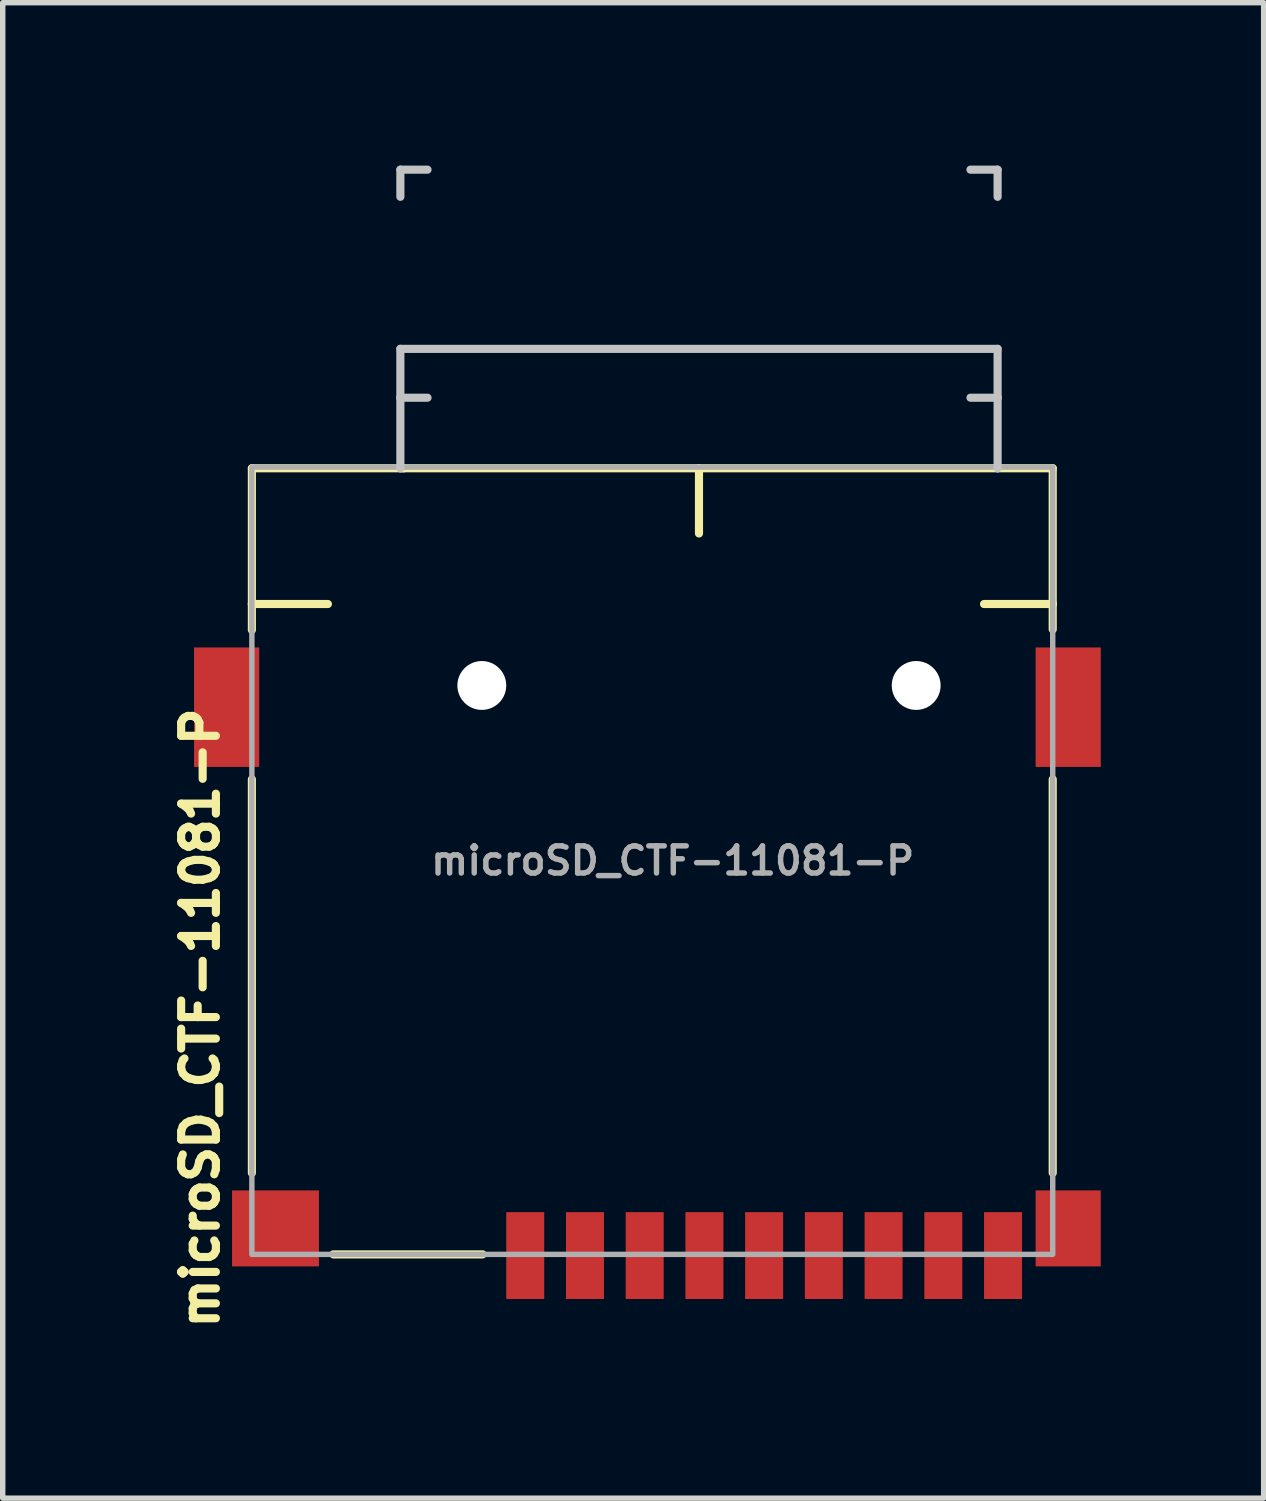
<source format=kicad_pcb>
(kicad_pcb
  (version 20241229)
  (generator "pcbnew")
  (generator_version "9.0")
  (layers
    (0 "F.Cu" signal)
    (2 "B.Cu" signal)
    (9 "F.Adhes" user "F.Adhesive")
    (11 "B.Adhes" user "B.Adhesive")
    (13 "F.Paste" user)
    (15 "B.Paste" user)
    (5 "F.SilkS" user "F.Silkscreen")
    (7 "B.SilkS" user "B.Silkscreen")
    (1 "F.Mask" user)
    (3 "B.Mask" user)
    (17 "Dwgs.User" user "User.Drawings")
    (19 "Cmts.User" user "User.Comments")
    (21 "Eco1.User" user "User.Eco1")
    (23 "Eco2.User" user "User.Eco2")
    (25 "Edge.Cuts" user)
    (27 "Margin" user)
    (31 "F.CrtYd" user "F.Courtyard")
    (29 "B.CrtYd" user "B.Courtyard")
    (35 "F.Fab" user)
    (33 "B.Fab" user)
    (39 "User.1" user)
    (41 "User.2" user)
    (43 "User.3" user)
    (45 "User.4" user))
  (footprint "microSD_CTF-11081-P"
    (layer "F.Cu")
    (at 9.839 13.053)
    (property "Reference" "microSD_CTF-11081-P" (at -9.201 2.645 270) (layer "F.SilkS") (effects (font (size 0.64 0.64) (thickness 0.15))))
    (attr smd)
    (fp_line (start -8.25 -7.478) (end -8.25 -4.978) (stroke (width 0.15) (type solid)) (layer "F.SilkS"))
    (fp_line (start -8.25 -4.978) (end -8.25 -4.5) (stroke (width 0.15) (type default)) (layer "F.SilkS"))
    (fp_line (start -8.25 -1.75) (end -8.25 5.5) (stroke (width 0.15) (type default)) (layer "F.SilkS"))
    (fp_line (start -6.85 -4.978) (end -8.25 -4.978) (stroke (width 0.15) (type solid)) (layer "F.SilkS"))
    (fp_line (start -6.75 7) (end -4 7) (stroke (width 0.15) (type default)) (layer "F.SilkS"))
    (fp_line (start -5.45 -7.478) (end -8.25 -7.478) (stroke (width 0.15) (type solid)) (layer "F.SilkS"))
    (fp_line (start -0.015 -7.478) (end -5.515 -7.478) (stroke (width 0.15) (type solid)) (layer "F.SilkS"))
    (fp_line (start -0.015 -6.278) (end -0.015 -7.478) (stroke (width 0.15) (type solid)) (layer "F.SilkS"))
    (fp_line (start 5.235 -4.978) (end 6.5 -4.978) (stroke (width 0.15) (type solid)) (layer "F.SilkS"))
    (fp_line (start 5.485 -7.478) (end -0.015 -7.478) (stroke (width 0.15) (type solid)) (layer "F.SilkS"))
    (fp_line (start 6.5 -7.478) (end 5.485 -7.478) (stroke (width 0.15) (type solid)) (layer "F.SilkS"))
    (fp_line (start 6.5 -7.478) (end 6.5 -4.978) (stroke (width 0.15) (type solid)) (layer "F.SilkS"))
    (fp_line (start 6.5 -4.989) (end 6.5 -4.511) (stroke (width 0.15) (type default)) (layer "F.SilkS"))
    (fp_line (start 6.5 -1.75) (end 6.5 5.5) (stroke (width 0.15) (type default)) (layer "F.SilkS"))
    (fp_line (start -5.515 -12.978) (end -5.515 -12.478) (stroke (width 0.15) (type solid)) (layer "Dwgs.User"))
    (fp_line (start -5.515 -9.678) (end -5.515 -8.778) (stroke (width 0.15) (type solid)) (layer "Dwgs.User"))
    (fp_line (start -5.515 -8.778) (end -5.515 -7.478) (stroke (width 0.15) (type solid)) (layer "Dwgs.User"))
    (fp_line (start -5.015 -12.978) (end -5.515 -12.978) (stroke (width 0.15) (type solid)) (layer "Dwgs.User"))
    (fp_line (start -5.015 -8.778) (end -5.515 -8.778) (stroke (width 0.15) (type solid)) (layer "Dwgs.User"))
    (fp_line (start 4.985 -12.978) (end 5.485 -12.978) (stroke (width 0.15) (type solid)) (layer "Dwgs.User"))
    (fp_line (start 4.985 -8.778) (end 5.485 -8.778) (stroke (width 0.15) (type solid)) (layer "Dwgs.User"))
    (fp_line (start 5.485 -12.978) (end 5.485 -12.478) (stroke (width 0.15) (type solid)) (layer "Dwgs.User"))
    (fp_line (start 5.485 -9.678) (end -5.515 -9.678) (stroke (width 0.15) (type solid)) (layer "Dwgs.User"))
    (fp_line (start 5.485 -9.678) (end 5.485 -8.778) (stroke (width 0.15) (type solid)) (layer "Dwgs.User"))
    (fp_line (start 5.485 -8.778) (end 5.485 -7.478) (stroke (width 0.15) (type solid)) (layer "Dwgs.User"))
    (fp_rect (start -8.25 -7.5) (end 6.5 7) (stroke (width 0.1) (type solid)) (fill no) (layer "F.Fab"))
    (fp_text user "${REFERENCE}" (at -0.5 -0.25 0) (layer "F.Fab") (effects (font (size 0.5 0.5) (thickness 0.1))))
    (pad "" np_thru_hole circle (at -4.015 -3.478) (size 0.9 0.9) (drill 0.9) (layers "*.Cu" "*.Mask"))
    (pad "" np_thru_hole circle (at 3.985 -3.478) (size 0.9 0.9) (drill 0.9) (layers "*.Cu" "*.Mask"))
    (pad "1" smd rect (at -3.215 7.022) (size 0.7 1.6) (layers "F.Cu" "F.Mask" "F.Paste"))
    (pad "2" smd rect (at -2.115 7.022) (size 0.7 1.6) (layers "F.Cu" "F.Mask" "F.Paste"))
    (pad "3" smd rect (at -1.015 7.022) (size 0.7 1.6) (layers "F.Cu" "F.Mask" "F.Paste"))
    (pad "4" smd rect (at 0.085 7.022) (size 0.7 1.6) (layers "F.Cu" "F.Mask" "F.Paste"))
    (pad "5" smd rect (at 1.185 7.022) (size 0.7 1.6) (layers "F.Cu" "F.Mask" "F.Paste"))
    (pad "6" smd rect (at 2.285 7.022) (size 0.7 1.6) (layers "F.Cu" "F.Mask" "F.Paste"))
    (pad "7" smd rect (at 3.385 7.022) (size 0.7 1.6) (layers "F.Cu" "F.Mask" "F.Paste"))
    (pad "8" smd rect (at 4.485 7.022) (size 0.7 1.6) (layers "F.Cu" "F.Mask" "F.Paste"))
    (pad "9" smd rect (at 5.585 7.022) (size 0.7 1.6) (layers "F.Cu" "F.Mask" "F.Paste"))
    (pad "SH" smd rect (at -8.715 -3.078) (size 1.2 2.2) (layers "F.Cu" "F.Mask" "F.Paste"))
    (pad "SH" smd rect (at -7.815 6.522) (size 1.6 1.4) (layers "F.Cu" "F.Mask" "F.Paste"))
    (pad "SH" smd rect (at 6.785 -3.078) (size 1.2 2.2) (layers "F.Cu" "F.Mask" "F.Paste"))
    (pad "SH" smd rect (at 6.785 6.522) (size 1.2 1.4) (layers "F.Cu" "F.Mask" "F.Paste")))
  (gr_rect
    (start -3 -3)
    (end 20.224 24.543)
    (stroke (width 0.1) (type default))
    (fill no)
    (layer "Edge.Cuts")))
</source>
